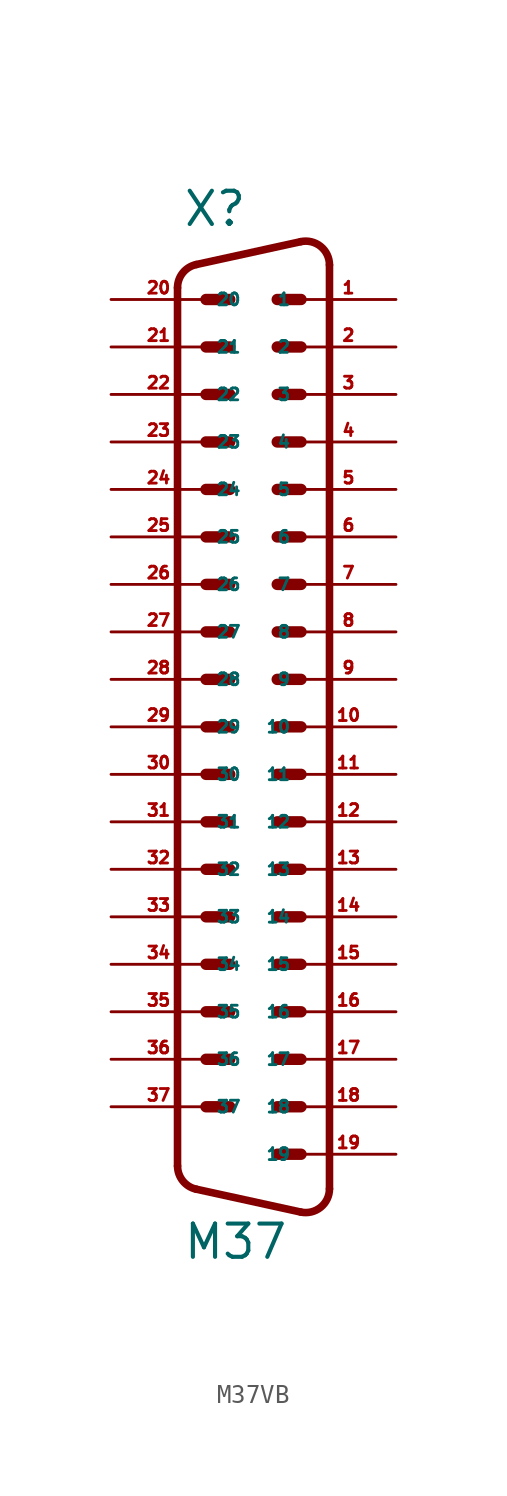
<source format=kicad_sym>
(kicad_symbol_lib
  (version 20220914)
  (generator Eagle2Kicad)
  (symbol "M37VB"
    (property "Reference" "X"
      (at -3.81 24.13 0)
      (effects (font (size 1.778 1.778) (thickness 0.22)) (justify left bottom)))
    (property "Value" "M37"
      (at -3.81 -31.115 0)
      (effects (font (size 1.778 1.778) (thickness 0.22)) (justify left bottom)))
    (polyline
      (pts (xy 1.27 20.32) (xy 2.54 20.32))
      (stroke (width 0.61) (type default))
      (fill (type none)))
    (polyline
      (pts (xy -2.54 20.32) (xy -1.27 20.32))
      (stroke (width 0.61) (type default))
      (fill (type none)))
    (polyline
      (pts (xy 1.27 15.24) (xy 2.54 15.24))
      (stroke (width 0.61) (type default))
      (fill (type none)))
    (polyline
      (pts (xy -2.54 17.78) (xy -1.27 17.78))
      (stroke (width 0.61) (type default))
      (fill (type none)))
    (polyline
      (pts (xy 1.27 10.16) (xy 2.54 10.16))
      (stroke (width 0.61) (type default))
      (fill (type none)))
    (polyline
      (pts (xy -2.54 15.24) (xy -1.27 15.24))
      (stroke (width 0.61) (type default))
      (fill (type none)))
    (polyline
      (pts (xy 1.27 5.08) (xy 2.54 5.08))
      (stroke (width 0.61) (type default))
      (fill (type none)))
    (polyline
      (pts (xy -2.54 12.7) (xy -1.27 12.7))
      (stroke (width 0.61) (type default))
      (fill (type none)))
    (polyline
      (pts (xy 1.27 0) (xy 2.54 0))
      (stroke (width 0.61) (type default))
      (fill (type none)))
    (polyline
      (pts (xy -2.54 10.16) (xy -1.27 10.16))
      (stroke (width 0.61) (type default))
      (fill (type none)))
    (polyline
      (pts (xy 1.27 -5.08) (xy 2.54 -5.08))
      (stroke (width 0.61) (type default))
      (fill (type none)))
    (polyline
      (pts (xy -2.54 7.62) (xy -1.27 7.62))
      (stroke (width 0.61) (type default))
      (fill (type none)))
    (polyline
      (pts (xy 1.27 -10.16) (xy 2.54 -10.16))
      (stroke (width 0.61) (type default))
      (fill (type none)))
    (polyline
      (pts (xy -2.54 5.08) (xy -1.27 5.08))
      (stroke (width 0.61) (type default))
      (fill (type none)))
    (polyline
      (pts (xy 1.27 -15.24) (xy 2.54 -15.24))
      (stroke (width 0.61) (type default))
      (fill (type none)))
    (polyline
      (pts (xy -2.54 2.54) (xy -1.27 2.54))
      (stroke (width 0.61) (type default))
      (fill (type none)))
    (polyline
      (pts (xy 1.27 -20.32) (xy 2.54 -20.32))
      (stroke (width 0.61) (type default))
      (fill (type none)))
    (polyline
      (pts (xy -2.54 0) (xy -1.27 0))
      (stroke (width 0.61) (type default))
      (fill (type none)))
    (polyline
      (pts (xy 1.27 -25.4) (xy 2.54 -25.4))
      (stroke (width 0.61) (type default))
      (fill (type none)))
    (polyline
      (pts (xy -2.54 -2.54) (xy -1.27 -2.54))
      (stroke (width 0.61) (type default))
      (fill (type none)))
    (polyline
      (pts (xy 1.27 17.78) (xy 2.54 17.78))
      (stroke (width 0.61) (type default))
      (fill (type none)))
    (polyline
      (pts (xy -2.54 -5.08) (xy -1.27 -5.08))
      (stroke (width 0.61) (type default))
      (fill (type none)))
    (polyline
      (pts (xy 1.27 12.7) (xy 2.54 12.7))
      (stroke (width 0.61) (type default))
      (fill (type none)))
    (polyline
      (pts (xy -2.54 -7.62) (xy -1.27 -7.62))
      (stroke (width 0.61) (type default))
      (fill (type none)))
    (polyline
      (pts (xy 1.27 7.62) (xy 2.54 7.62))
      (stroke (width 0.61) (type default))
      (fill (type none)))
    (polyline
      (pts (xy -2.54 -10.16) (xy -1.27 -10.16))
      (stroke (width 0.61) (type default))
      (fill (type none)))
    (polyline
      (pts (xy 1.27 2.54) (xy 2.54 2.54))
      (stroke (width 0.61) (type default))
      (fill (type none)))
    (polyline
      (pts (xy -2.54 -12.7) (xy -1.27 -12.7))
      (stroke (width 0.61) (type default))
      (fill (type none)))
    (polyline
      (pts (xy 1.27 -2.54) (xy 2.54 -2.54))
      (stroke (width 0.61) (type default))
      (fill (type none)))
    (polyline
      (pts (xy -2.54 -15.24) (xy -1.27 -15.24))
      (stroke (width 0.61) (type default))
      (fill (type none)))
    (polyline
      (pts (xy 1.27 -7.62) (xy 2.54 -7.62))
      (stroke (width 0.61) (type default))
      (fill (type none)))
    (polyline
      (pts (xy -2.54 -17.78) (xy -1.27 -17.78))
      (stroke (width 0.61) (type default))
      (fill (type none)))
    (polyline
      (pts (xy 1.27 -12.7) (xy 2.54 -12.7))
      (stroke (width 0.61) (type default))
      (fill (type none)))
    (polyline
      (pts (xy -2.54 -20.32) (xy -1.27 -20.32))
      (stroke (width 0.61) (type default))
      (fill (type none)))
    (polyline
      (pts (xy 1.27 -17.78) (xy 2.54 -17.78))
      (stroke (width 0.61) (type default))
      (fill (type none)))
    (polyline
      (pts (xy -2.54 -22.86) (xy -1.27 -22.86))
      (stroke (width 0.61) (type default))
      (fill (type none)))
    (polyline
      (pts (xy 1.27 -22.86) (xy 2.54 -22.86))
      (stroke (width 0.61) (type default))
      (fill (type none)))
    (arc
      (start 2.5226 -28.4918)
      (mid 3.590 -28.240)
      (end 4.0637 -27.2512)
      (stroke (width 0.4064) (type default))
      (fill (type none)))
    (polyline
      (pts (xy 2.523 -28.492) (xy -3.065 -27.269))
      (stroke (width 0.406) (type default))
      (fill (type none)))
    (arc
      (start -4.064 -26.0288)
      (mid -3.783 -26.825)
      (end -3.0654 -27.2694)
      (stroke (width 0.4064) (type default))
      (fill (type none)))
    (polyline
      (pts (xy -4.064 20.949) (xy -4.064 -26.029))
      (stroke (width 0.406) (type default))
      (fill (type none)))
    (arc
      (start -3.0654 22.1894)
      (mid -3.783 21.745)
      (end -4.064 20.9488)
      (stroke (width 0.4064) (type default))
      (fill (type none)))
    (polyline
      (pts (xy 4.064 22.171) (xy 4.064 -27.251))
      (stroke (width 0.406) (type default))
      (fill (type none)))
    (polyline
      (pts (xy 2.523 23.412) (xy -3.065 22.189))
      (stroke (width 0.406) (type default))
      (fill (type none)))
    (arc
      (start 4.064 22.1712)
      (mid 3.590 23.161)
      (end 2.5226 23.4119)
      (stroke (width 0.4064) (type default))
      (fill (type none)))
    (pin passive line
      (at 7.62 20.32 180)
      (length 5.08)
      (name "1" (effects (font (size 0.635 0.635) (thickness 0.08)) (justify left bottom)))
      (number "1" (effects (font (size 0.635 0.635) (thickness 0.08)) (justify left bottom))))
    (pin passive line
      (at -7.62 20.32 0)
      (length 5.08)
      (name "20" (effects (font (size 0.635 0.635) (thickness 0.08)) (justify left bottom)))
      (number "20" (effects (font (size 0.635 0.635) (thickness 0.08)) (justify left bottom))))
    (pin passive line
      (at 7.62 17.78 180)
      (length 5.08)
      (name "2" (effects (font (size 0.635 0.635) (thickness 0.08)) (justify left bottom)))
      (number "2" (effects (font (size 0.635 0.635) (thickness 0.08)) (justify left bottom))))
    (pin passive line
      (at -7.62 17.78 0)
      (length 5.08)
      (name "21" (effects (font (size 0.635 0.635) (thickness 0.08)) (justify left bottom)))
      (number "21" (effects (font (size 0.635 0.635) (thickness 0.08)) (justify left bottom))))
    (pin passive line
      (at 7.62 15.24 180)
      (length 5.08)
      (name "3" (effects (font (size 0.635 0.635) (thickness 0.08)) (justify left bottom)))
      (number "3" (effects (font (size 0.635 0.635) (thickness 0.08)) (justify left bottom))))
    (pin passive line
      (at -7.62 15.24 0)
      (length 5.08)
      (name "22" (effects (font (size 0.635 0.635) (thickness 0.08)) (justify left bottom)))
      (number "22" (effects (font (size 0.635 0.635) (thickness 0.08)) (justify left bottom))))
    (pin passive line
      (at 7.62 12.7 180)
      (length 5.08)
      (name "4" (effects (font (size 0.635 0.635) (thickness 0.08)) (justify left bottom)))
      (number "4" (effects (font (size 0.635 0.635) (thickness 0.08)) (justify left bottom))))
    (pin passive line
      (at -7.62 12.7 0)
      (length 5.08)
      (name "23" (effects (font (size 0.635 0.635) (thickness 0.08)) (justify left bottom)))
      (number "23" (effects (font (size 0.635 0.635) (thickness 0.08)) (justify left bottom))))
    (pin passive line
      (at 7.62 10.16 180)
      (length 5.08)
      (name "5" (effects (font (size 0.635 0.635) (thickness 0.08)) (justify left bottom)))
      (number "5" (effects (font (size 0.635 0.635) (thickness 0.08)) (justify left bottom))))
    (pin passive line
      (at -7.62 10.16 0)
      (length 5.08)
      (name "24" (effects (font (size 0.635 0.635) (thickness 0.08)) (justify left bottom)))
      (number "24" (effects (font (size 0.635 0.635) (thickness 0.08)) (justify left bottom))))
    (pin passive line
      (at 7.62 7.62 180)
      (length 5.08)
      (name "6" (effects (font (size 0.635 0.635) (thickness 0.08)) (justify left bottom)))
      (number "6" (effects (font (size 0.635 0.635) (thickness 0.08)) (justify left bottom))))
    (pin passive line
      (at -7.62 7.62 0)
      (length 5.08)
      (name "25" (effects (font (size 0.635 0.635) (thickness 0.08)) (justify left bottom)))
      (number "25" (effects (font (size 0.635 0.635) (thickness 0.08)) (justify left bottom))))
    (pin passive line
      (at 7.62 5.08 180)
      (length 5.08)
      (name "7" (effects (font (size 0.635 0.635) (thickness 0.08)) (justify left bottom)))
      (number "7" (effects (font (size 0.635 0.635) (thickness 0.08)) (justify left bottom))))
    (pin passive line
      (at -7.62 5.08 0)
      (length 5.08)
      (name "26" (effects (font (size 0.635 0.635) (thickness 0.08)) (justify left bottom)))
      (number "26" (effects (font (size 0.635 0.635) (thickness 0.08)) (justify left bottom))))
    (pin passive line
      (at 7.62 2.54 180)
      (length 5.08)
      (name "8" (effects (font (size 0.635 0.635) (thickness 0.08)) (justify left bottom)))
      (number "8" (effects (font (size 0.635 0.635) (thickness 0.08)) (justify left bottom))))
    (pin passive line
      (at -7.62 2.54 0)
      (length 5.08)
      (name "27" (effects (font (size 0.635 0.635) (thickness 0.08)) (justify left bottom)))
      (number "27" (effects (font (size 0.635 0.635) (thickness 0.08)) (justify left bottom))))
    (pin passive line
      (at 7.62 0 180)
      (length 5.08)
      (name "9" (effects (font (size 0.635 0.635) (thickness 0.08)) (justify left bottom)))
      (number "9" (effects (font (size 0.635 0.635) (thickness 0.08)) (justify left bottom))))
    (pin passive line
      (at -7.62 0 0)
      (length 5.08)
      (name "28" (effects (font (size 0.635 0.635) (thickness 0.08)) (justify left bottom)))
      (number "28" (effects (font (size 0.635 0.635) (thickness 0.08)) (justify left bottom))))
    (pin passive line
      (at 7.62 -2.54 180)
      (length 5.08)
      (name "10" (effects (font (size 0.635 0.635) (thickness 0.08)) (justify left bottom)))
      (number "10" (effects (font (size 0.635 0.635) (thickness 0.08)) (justify left bottom))))
    (pin passive line
      (at -7.62 -2.54 0)
      (length 5.08)
      (name "29" (effects (font (size 0.635 0.635) (thickness 0.08)) (justify left bottom)))
      (number "29" (effects (font (size 0.635 0.635) (thickness 0.08)) (justify left bottom))))
    (pin passive line
      (at 7.62 -5.08 180)
      (length 5.08)
      (name "11" (effects (font (size 0.635 0.635) (thickness 0.08)) (justify left bottom)))
      (number "11" (effects (font (size 0.635 0.635) (thickness 0.08)) (justify left bottom))))
    (pin passive line
      (at -7.62 -5.08 0)
      (length 5.08)
      (name "30" (effects (font (size 0.635 0.635) (thickness 0.08)) (justify left bottom)))
      (number "30" (effects (font (size 0.635 0.635) (thickness 0.08)) (justify left bottom))))
    (pin passive line
      (at 7.62 -7.62 180)
      (length 5.08)
      (name "12" (effects (font (size 0.635 0.635) (thickness 0.08)) (justify left bottom)))
      (number "12" (effects (font (size 0.635 0.635) (thickness 0.08)) (justify left bottom))))
    (pin passive line
      (at -7.62 -7.62 0)
      (length 5.08)
      (name "31" (effects (font (size 0.635 0.635) (thickness 0.08)) (justify left bottom)))
      (number "31" (effects (font (size 0.635 0.635) (thickness 0.08)) (justify left bottom))))
    (pin passive line
      (at 7.62 -10.16 180)
      (length 5.08)
      (name "13" (effects (font (size 0.635 0.635) (thickness 0.08)) (justify left bottom)))
      (number "13" (effects (font (size 0.635 0.635) (thickness 0.08)) (justify left bottom))))
    (pin passive line
      (at -7.62 -10.16 0)
      (length 5.08)
      (name "32" (effects (font (size 0.635 0.635) (thickness 0.08)) (justify left bottom)))
      (number "32" (effects (font (size 0.635 0.635) (thickness 0.08)) (justify left bottom))))
    (pin passive line
      (at 7.62 -12.7 180)
      (length 5.08)
      (name "14" (effects (font (size 0.635 0.635) (thickness 0.08)) (justify left bottom)))
      (number "14" (effects (font (size 0.635 0.635) (thickness 0.08)) (justify left bottom))))
    (pin passive line
      (at -7.62 -12.7 0)
      (length 5.08)
      (name "33" (effects (font (size 0.635 0.635) (thickness 0.08)) (justify left bottom)))
      (number "33" (effects (font (size 0.635 0.635) (thickness 0.08)) (justify left bottom))))
    (pin passive line
      (at 7.62 -15.24 180)
      (length 5.08)
      (name "15" (effects (font (size 0.635 0.635) (thickness 0.08)) (justify left bottom)))
      (number "15" (effects (font (size 0.635 0.635) (thickness 0.08)) (justify left bottom))))
    (pin passive line
      (at -7.62 -15.24 0)
      (length 5.08)
      (name "34" (effects (font (size 0.635 0.635) (thickness 0.08)) (justify left bottom)))
      (number "34" (effects (font (size 0.635 0.635) (thickness 0.08)) (justify left bottom))))
    (pin passive line
      (at 7.62 -17.78 180)
      (length 5.08)
      (name "16" (effects (font (size 0.635 0.635) (thickness 0.08)) (justify left bottom)))
      (number "16" (effects (font (size 0.635 0.635) (thickness 0.08)) (justify left bottom))))
    (pin passive line
      (at -7.62 -17.78 0)
      (length 5.08)
      (name "35" (effects (font (size 0.635 0.635) (thickness 0.08)) (justify left bottom)))
      (number "35" (effects (font (size 0.635 0.635) (thickness 0.08)) (justify left bottom))))
    (pin passive line
      (at 7.62 -20.32 180)
      (length 5.08)
      (name "17" (effects (font (size 0.635 0.635) (thickness 0.08)) (justify left bottom)))
      (number "17" (effects (font (size 0.635 0.635) (thickness 0.08)) (justify left bottom))))
    (pin passive line
      (at -7.62 -20.32 0)
      (length 5.08)
      (name "36" (effects (font (size 0.635 0.635) (thickness 0.08)) (justify left bottom)))
      (number "36" (effects (font (size 0.635 0.635) (thickness 0.08)) (justify left bottom))))
    (pin passive line
      (at 7.62 -22.86 180)
      (length 5.08)
      (name "18" (effects (font (size 0.635 0.635) (thickness 0.08)) (justify left bottom)))
      (number "18" (effects (font (size 0.635 0.635) (thickness 0.08)) (justify left bottom))))
    (pin passive line
      (at -7.62 -22.86 0)
      (length 5.08)
      (name "37" (effects (font (size 0.635 0.635) (thickness 0.08)) (justify left bottom)))
      (number "37" (effects (font (size 0.635 0.635) (thickness 0.08)) (justify left bottom))))
    (pin passive line
      (at 7.62 -25.4 180)
      (length 5.08)
      (name "19" (effects (font (size 0.635 0.635) (thickness 0.08)) (justify left bottom)))
      (number "19" (effects (font (size 0.635 0.635) (thickness 0.08)) (justify left bottom))))))
</source>
